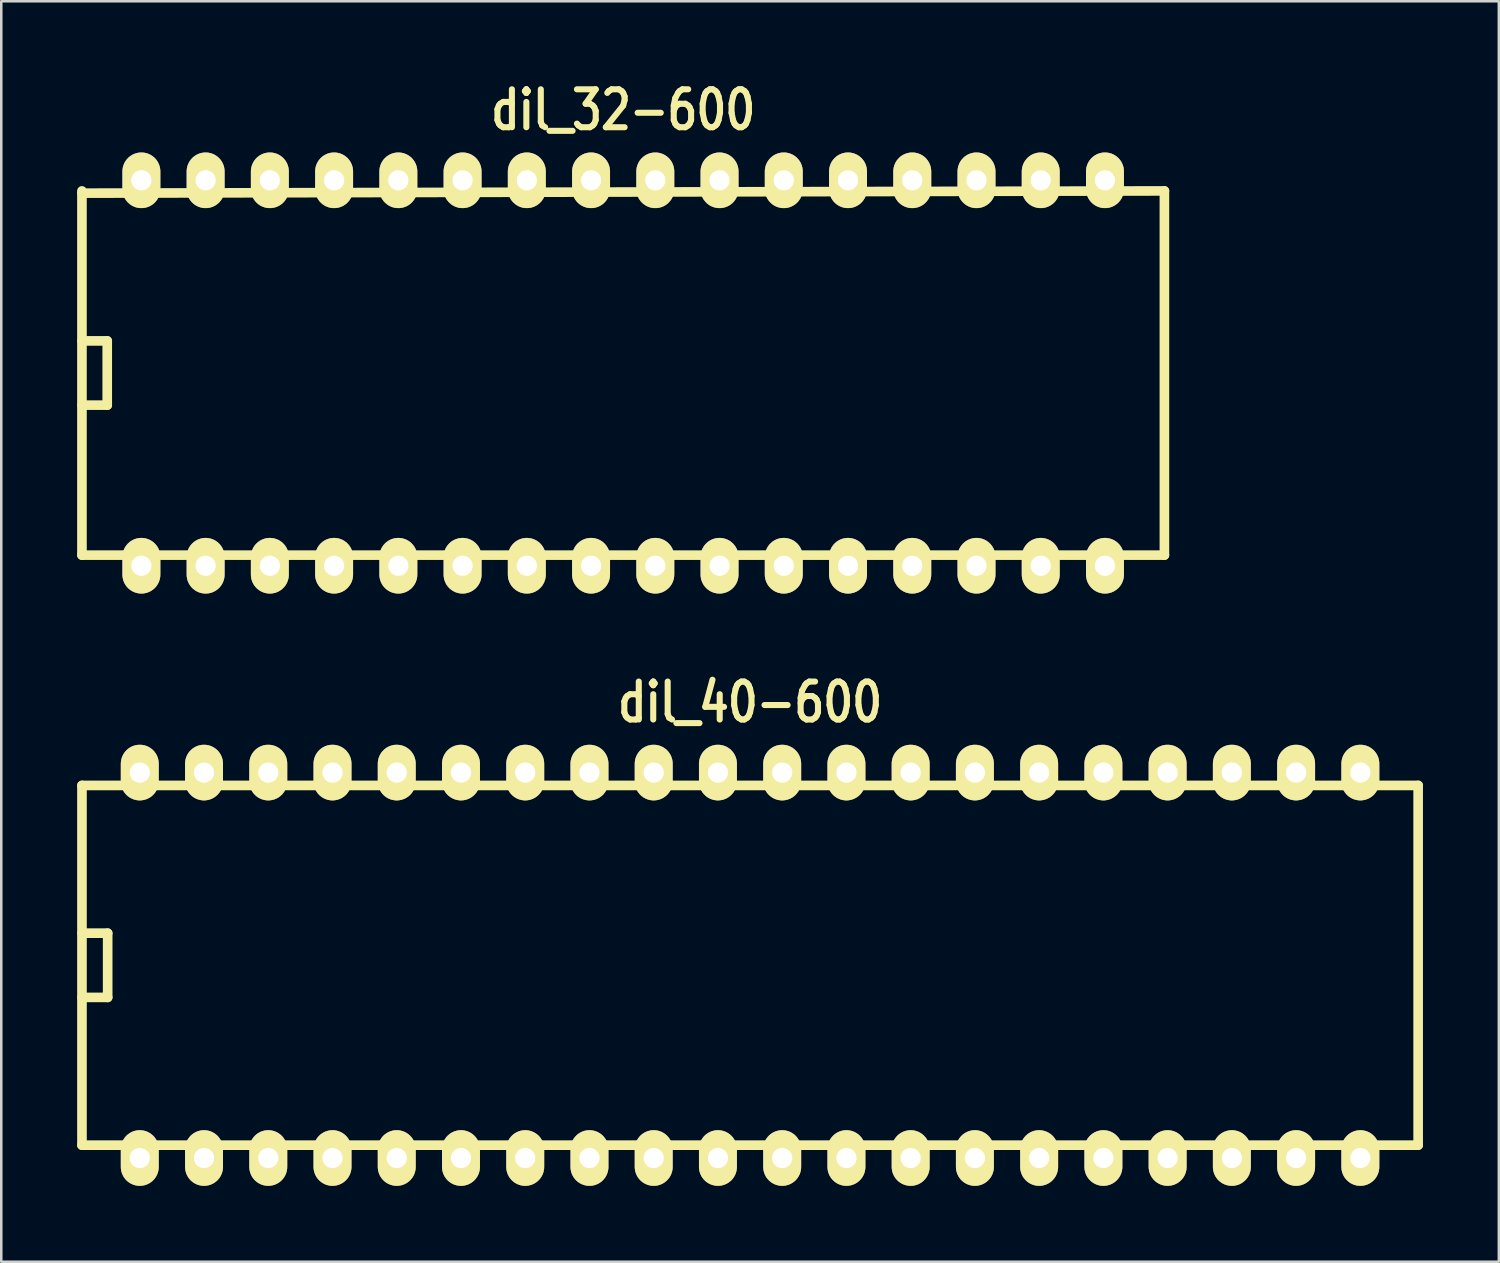
<source format=kicad_pcb>
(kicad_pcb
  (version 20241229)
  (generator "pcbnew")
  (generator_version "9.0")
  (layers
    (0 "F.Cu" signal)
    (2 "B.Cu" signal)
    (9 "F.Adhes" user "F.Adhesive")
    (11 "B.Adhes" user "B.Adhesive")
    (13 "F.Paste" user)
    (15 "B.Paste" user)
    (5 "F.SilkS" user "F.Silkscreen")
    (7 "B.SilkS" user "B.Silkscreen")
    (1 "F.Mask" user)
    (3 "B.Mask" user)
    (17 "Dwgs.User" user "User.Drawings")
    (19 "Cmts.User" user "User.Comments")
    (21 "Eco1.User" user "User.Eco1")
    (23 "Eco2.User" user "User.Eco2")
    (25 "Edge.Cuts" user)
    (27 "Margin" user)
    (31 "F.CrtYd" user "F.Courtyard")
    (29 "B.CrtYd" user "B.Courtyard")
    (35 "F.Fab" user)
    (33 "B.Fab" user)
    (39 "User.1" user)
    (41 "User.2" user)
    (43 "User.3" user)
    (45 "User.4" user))
  (footprint "dil_32-600"
    (layer "F.Cu")
    (at 21.59 11.699)
    (property "Reference" "dil_32-600" (at 0 -10.4 0) (layer "F.SilkS") (effects (font (size 1.5 1.2) (thickness 0.24))))
    (attr through_hole)
    (fp_line (start -21.4 -7.2) (end -21.4 7.2) (stroke (width 0.381) (type solid)) (layer "F.SilkS"))
    (fp_line (start -20.4 -1.27) (end -21.4 -1.27) (stroke (width 0.381) (type solid)) (layer "F.SilkS"))
    (fp_line (start -20.4 -1.27) (end -20.4 1.27) (stroke (width 0.381) (type solid)) (layer "F.SilkS"))
    (fp_line (start -20.4 1.27) (end -21.4 1.27) (stroke (width 0.381) (type solid)) (layer "F.SilkS"))
    (fp_line (start 21.4 -7.2) (end -21.4 -7.112) (stroke (width 0.381) (type solid)) (layer "F.SilkS"))
    (fp_line (start 21.4 7.2) (end -21.4 7.2) (stroke (width 0.381) (type solid)) (layer "F.SilkS"))
    (fp_line (start 21.4 7.2) (end 21.4 -7.2) (stroke (width 0.381) (type solid)) (layer "F.SilkS"))
    (pad "1" thru_hole oval (at -19.05 7.62) (size 1.5 2.2) (drill 0.8) (layers "*.Cu" "*.Mask" "F.SilkS"))
    (pad "2" thru_hole oval (at -16.51 7.62) (size 1.5 2.2) (drill 0.8) (layers "*.Cu" "*.Mask" "F.SilkS"))
    (pad "3" thru_hole oval (at -13.97 7.62) (size 1.5 2.2) (drill 0.8) (layers "*.Cu" "*.Mask" "F.SilkS"))
    (pad "4" thru_hole oval (at -11.43 7.62) (size 1.5 2.2) (drill 0.8) (layers "*.Cu" "*.Mask" "F.SilkS"))
    (pad "5" thru_hole oval (at -8.89 7.62) (size 1.5 2.2) (drill 0.8) (layers "*.Cu" "*.Mask" "F.SilkS"))
    (pad "6" thru_hole oval (at -6.35 7.62) (size 1.5 2.2) (drill 0.8) (layers "*.Cu" "*.Mask" "F.SilkS"))
    (pad "7" thru_hole oval (at -3.81 7.62) (size 1.5 2.2) (drill 0.8) (layers "*.Cu" "*.Mask" "F.SilkS"))
    (pad "8" thru_hole oval (at -1.27 7.62) (size 1.5 2.2) (drill 0.8) (layers "*.Cu" "*.Mask" "F.SilkS"))
    (pad "9" thru_hole oval (at 1.27 7.62) (size 1.5 2.2) (drill 0.8) (layers "*.Cu" "*.Mask" "F.SilkS"))
    (pad "10" thru_hole oval (at 3.81 7.62) (size 1.5 2.2) (drill 0.8) (layers "*.Cu" "*.Mask" "F.SilkS"))
    (pad "11" thru_hole oval (at 6.35 7.62) (size 1.5 2.2) (drill 0.8) (layers "*.Cu" "*.Mask" "F.SilkS"))
    (pad "12" thru_hole oval (at 8.89 7.62) (size 1.5 2.2) (drill 0.8) (layers "*.Cu" "*.Mask" "F.SilkS"))
    (pad "13" thru_hole oval (at 11.43 7.62) (size 1.5 2.2) (drill 0.8) (layers "*.Cu" "*.Mask" "F.SilkS"))
    (pad "14" thru_hole oval (at 13.97 7.62) (size 1.5 2.2) (drill 0.8) (layers "*.Cu" "*.Mask" "F.SilkS"))
    (pad "15" thru_hole oval (at 16.51 7.62) (size 1.5 2.2) (drill 0.8) (layers "*.Cu" "*.Mask" "F.SilkS"))
    (pad "16" thru_hole oval (at 19.05 7.62) (size 1.5 2.2) (drill 0.8) (layers "*.Cu" "*.Mask" "F.SilkS"))
    (pad "17" thru_hole oval (at 19.05 -7.62) (size 1.5 2.2) (drill 0.8) (layers "*.Cu" "*.Mask" "F.SilkS"))
    (pad "18" thru_hole oval (at 16.51 -7.62) (size 1.5 2.2) (drill 0.8) (layers "*.Cu" "*.Mask" "F.SilkS"))
    (pad "19" thru_hole oval (at 13.97 -7.62) (size 1.5 2.2) (drill 0.8) (layers "*.Cu" "*.Mask" "F.SilkS"))
    (pad "20" thru_hole oval (at 11.43 -7.62) (size 1.5 2.2) (drill 0.8) (layers "*.Cu" "*.Mask" "F.SilkS"))
    (pad "21" thru_hole oval (at 8.89 -7.62) (size 1.5 2.2) (drill 0.8) (layers "*.Cu" "*.Mask" "F.SilkS"))
    (pad "22" thru_hole oval (at 6.35 -7.62) (size 1.5 2.2) (drill 0.8) (layers "*.Cu" "*.Mask" "F.SilkS"))
    (pad "23" thru_hole oval (at 3.81 -7.62) (size 1.5 2.2) (drill 0.8) (layers "*.Cu" "*.Mask" "F.SilkS"))
    (pad "24" thru_hole oval (at 1.27 -7.62) (size 1.5 2.2) (drill 0.8) (layers "*.Cu" "*.Mask" "F.SilkS"))
    (pad "25" thru_hole oval (at -1.27 -7.62) (size 1.5 2.2) (drill 0.8) (layers "*.Cu" "*.Mask" "F.SilkS"))
    (pad "26" thru_hole oval (at -3.81 -7.62) (size 1.5 2.2) (drill 0.8) (layers "*.Cu" "*.Mask" "F.SilkS"))
    (pad "27" thru_hole oval (at -6.35 -7.62) (size 1.5 2.2) (drill 0.8) (layers "*.Cu" "*.Mask" "F.SilkS"))
    (pad "28" thru_hole oval (at -8.89 -7.62) (size 1.5 2.2) (drill 0.8) (layers "*.Cu" "*.Mask" "F.SilkS"))
    (pad "29" thru_hole oval (at -11.43 -7.62) (size 1.5 2.2) (drill 0.8) (layers "*.Cu" "*.Mask" "F.SilkS"))
    (pad "30" thru_hole oval (at -13.97 -7.62) (size 1.5 2.2) (drill 0.8) (layers "*.Cu" "*.Mask" "F.SilkS"))
    (pad "31" thru_hole oval (at -16.51 -7.62) (size 1.5 2.2) (drill 0.8) (layers "*.Cu" "*.Mask" "F.SilkS"))
    (pad "32" thru_hole oval (at -19.05 -7.62) (size 1.5 2.2) (drill 0.8) (layers "*.Cu" "*.Mask" "F.SilkS")))
  (footprint "dil_40-600"
    (layer "F.Cu")
    (at 26.607 35.117)
    (property "Reference" "dil_40-600" (at 0 -10.4 0) (layer "F.SilkS") (effects (font (size 1.5 1.2) (thickness 0.24))))
    (attr through_hole)
    (fp_line (start -26.416 -7.112) (end -26.416 7.112) (stroke (width 0.381) (type solid)) (layer "F.SilkS"))
    (fp_line (start -25.4 -1.27) (end -26.416 -1.27) (stroke (width 0.381) (type solid)) (layer "F.SilkS"))
    (fp_line (start -25.4 -1.27) (end -25.4 1.27) (stroke (width 0.381) (type solid)) (layer "F.SilkS"))
    (fp_line (start -25.4 1.27) (end -26.416 1.27) (stroke (width 0.381) (type solid)) (layer "F.SilkS"))
    (fp_line (start 26.416 -7.112) (end -26.416 -7.112) (stroke (width 0.381) (type solid)) (layer "F.SilkS"))
    (fp_line (start 26.416 7.112) (end -26.416 7.112) (stroke (width 0.381) (type solid)) (layer "F.SilkS"))
    (fp_line (start 26.416 7.112) (end 26.416 -7.112) (stroke (width 0.381) (type solid)) (layer "F.SilkS"))
    (pad "1" thru_hole oval (at -24.13 7.62) (size 1.5 2.2) (drill 0.8) (layers "*.Cu" "*.Mask" "F.SilkS"))
    (pad "2" thru_hole oval (at -21.59 7.62) (size 1.5 2.2) (drill 0.8) (layers "*.Cu" "*.Mask" "F.SilkS"))
    (pad "3" thru_hole oval (at -19.05 7.62) (size 1.5 2.2) (drill 0.8) (layers "*.Cu" "*.Mask" "F.SilkS"))
    (pad "4" thru_hole oval (at -16.51 7.62) (size 1.5 2.2) (drill 0.8) (layers "*.Cu" "*.Mask" "F.SilkS"))
    (pad "5" thru_hole oval (at -13.97 7.62) (size 1.5 2.2) (drill 0.8) (layers "*.Cu" "*.Mask" "F.SilkS"))
    (pad "6" thru_hole oval (at -11.43 7.62) (size 1.5 2.2) (drill 0.8) (layers "*.Cu" "*.Mask" "F.SilkS"))
    (pad "7" thru_hole oval (at -8.89 7.62) (size 1.5 2.2) (drill 0.8) (layers "*.Cu" "*.Mask" "F.SilkS"))
    (pad "8" thru_hole oval (at -6.35 7.62) (size 1.5 2.2) (drill 0.8) (layers "*.Cu" "*.Mask" "F.SilkS"))
    (pad "9" thru_hole oval (at -3.81 7.62) (size 1.5 2.2) (drill 0.8) (layers "*.Cu" "*.Mask" "F.SilkS"))
    (pad "10" thru_hole oval (at -1.27 7.62) (size 1.5 2.2) (drill 0.8) (layers "*.Cu" "*.Mask" "F.SilkS"))
    (pad "11" thru_hole oval (at 1.27 7.62) (size 1.5 2.2) (drill 0.8) (layers "*.Cu" "*.Mask" "F.SilkS"))
    (pad "12" thru_hole oval (at 3.81 7.62) (size 1.5 2.2) (drill 0.8) (layers "*.Cu" "*.Mask" "F.SilkS"))
    (pad "13" thru_hole oval (at 6.35 7.62) (size 1.5 2.2) (drill 0.8) (layers "*.Cu" "*.Mask" "F.SilkS"))
    (pad "14" thru_hole oval (at 8.89 7.62) (size 1.5 2.2) (drill 0.8) (layers "*.Cu" "*.Mask" "F.SilkS"))
    (pad "15" thru_hole oval (at 11.43 7.62) (size 1.5 2.2) (drill 0.8) (layers "*.Cu" "*.Mask" "F.SilkS"))
    (pad "16" thru_hole oval (at 13.97 7.62) (size 1.5 2.2) (drill 0.8) (layers "*.Cu" "*.Mask" "F.SilkS"))
    (pad "17" thru_hole oval (at 16.51 7.62) (size 1.5 2.2) (drill 0.8) (layers "*.Cu" "*.Mask" "F.SilkS"))
    (pad "18" thru_hole oval (at 19.05 7.62) (size 1.5 2.2) (drill 0.8) (layers "*.Cu" "*.Mask" "F.SilkS"))
    (pad "19" thru_hole oval (at 21.59 7.62) (size 1.5 2.2) (drill 0.8) (layers "*.Cu" "*.Mask" "F.SilkS"))
    (pad "20" thru_hole oval (at 24.13 7.62) (size 1.5 2.2) (drill 0.8) (layers "*.Cu" "*.Mask" "F.SilkS"))
    (pad "21" thru_hole oval (at 24.13 -7.62) (size 1.5 2.2) (drill 0.8) (layers "*.Cu" "*.Mask" "F.SilkS"))
    (pad "22" thru_hole oval (at 21.59 -7.62) (size 1.5 2.2) (drill 0.8) (layers "*.Cu" "*.Mask" "F.SilkS"))
    (pad "23" thru_hole oval (at 19.05 -7.62) (size 1.5 2.2) (drill 0.8) (layers "*.Cu" "*.Mask" "F.SilkS"))
    (pad "24" thru_hole oval (at 16.51 -7.62) (size 1.5 2.2) (drill 0.8) (layers "*.Cu" "*.Mask" "F.SilkS"))
    (pad "25" thru_hole oval (at 13.97 -7.62) (size 1.5 2.2) (drill 0.8) (layers "*.Cu" "*.Mask" "F.SilkS"))
    (pad "26" thru_hole oval (at 11.43 -7.62) (size 1.5 2.2) (drill 0.8) (layers "*.Cu" "*.Mask" "F.SilkS"))
    (pad "27" thru_hole oval (at 8.89 -7.62) (size 1.5 2.2) (drill 0.8) (layers "*.Cu" "*.Mask" "F.SilkS"))
    (pad "28" thru_hole oval (at 6.35 -7.62) (size 1.5 2.2) (drill 0.8) (layers "*.Cu" "*.Mask" "F.SilkS"))
    (pad "29" thru_hole oval (at 3.81 -7.62) (size 1.5 2.2) (drill 0.8) (layers "*.Cu" "*.Mask" "F.SilkS"))
    (pad "30" thru_hole oval (at 1.27 -7.62) (size 1.5 2.2) (drill 0.8) (layers "*.Cu" "*.Mask" "F.SilkS"))
    (pad "31" thru_hole oval (at -1.27 -7.62) (size 1.5 2.2) (drill 0.8) (layers "*.Cu" "*.Mask" "F.SilkS"))
    (pad "32" thru_hole oval (at -3.81 -7.62) (size 1.5 2.2) (drill 0.8) (layers "*.Cu" "*.Mask" "F.SilkS"))
    (pad "33" thru_hole oval (at -6.35 -7.62) (size 1.5 2.2) (drill 0.8) (layers "*.Cu" "*.Mask" "F.SilkS"))
    (pad "34" thru_hole oval (at -8.89 -7.62) (size 1.5 2.2) (drill 0.8) (layers "*.Cu" "*.Mask" "F.SilkS"))
    (pad "35" thru_hole oval (at -11.43 -7.62) (size 1.5 2.2) (drill 0.8) (layers "*.Cu" "*.Mask" "F.SilkS"))
    (pad "36" thru_hole oval (at -13.97 -7.62) (size 1.5 2.2) (drill 0.8) (layers "*.Cu" "*.Mask" "F.SilkS"))
    (pad "37" thru_hole oval (at -16.51 -7.62) (size 1.5 2.2) (drill 0.8) (layers "*.Cu" "*.Mask" "F.SilkS"))
    (pad "38" thru_hole oval (at -19.05 -7.62) (size 1.5 2.2) (drill 0.8) (layers "*.Cu" "*.Mask" "F.SilkS"))
    (pad "39" thru_hole oval (at -21.59 -7.62) (size 1.5 2.2) (drill 0.8) (layers "*.Cu" "*.Mask" "F.SilkS"))
    (pad "40" thru_hole oval (at -24.13 -7.62) (size 1.5 2.2) (drill 0.8) (layers "*.Cu" "*.Mask" "F.SilkS")))
  (gr_rect
    (start -3 -3)
    (end 56.213 46.837)
    (stroke (width 0.1) (type default))
    (fill no)
    (layer "Edge.Cuts")))
</source>
